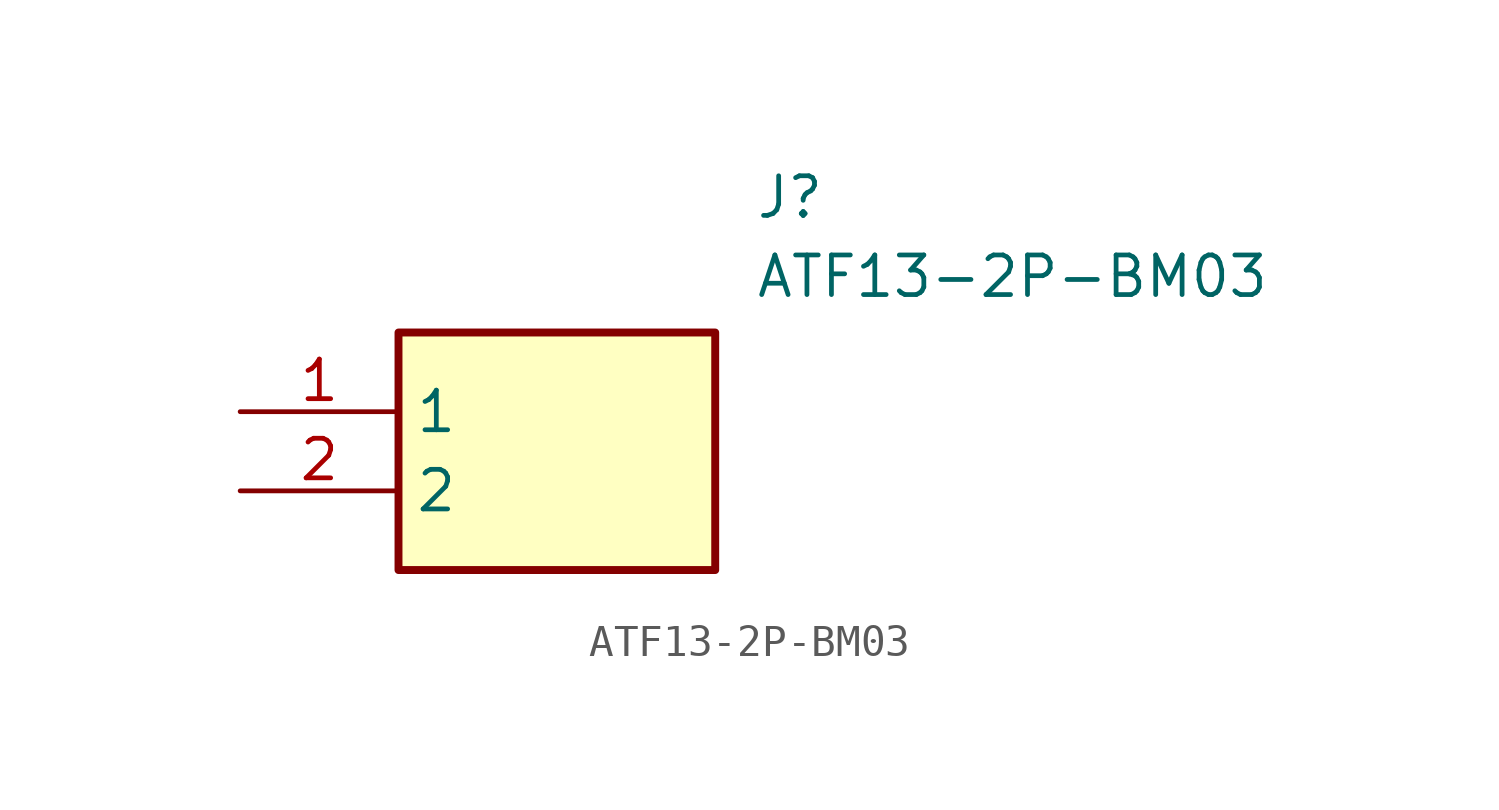
<source format=kicad_sym>
(kicad_symbol_lib
  (version 20211014)
  (generator SamacSys_ECAD_Model)
  (symbol "ATF13-2P-BM03"
    (property "Reference" "J"
      (at 16.51 7.62 0)
      (effects (font (size 1.27 1.27)) (justify left top)))
    (property "Value" "ATF13-2P-BM03"
      (at 16.51 5.08 0)
      (effects (font (size 1.27 1.27)) (justify left top)))
    (rectangle
      (start 5.08 2.54)
      (end 15.24 -5.08)
      (stroke (width 0.254) (type default))
      (fill (type background)))
    (pin passive line
      (at 0 0 0)
      (length 5.08)
      (name "1" (effects (font (size 1.27 1.27))))
      (number "1" (effects (font (size 1.27 1.27)))))
    (pin passive line
      (at 0 -2.54 0)
      (length 5.08)
      (name "2" (effects (font (size 1.27 1.27))))
      (number "2" (effects (font (size 1.27 1.27)))))))
</source>
